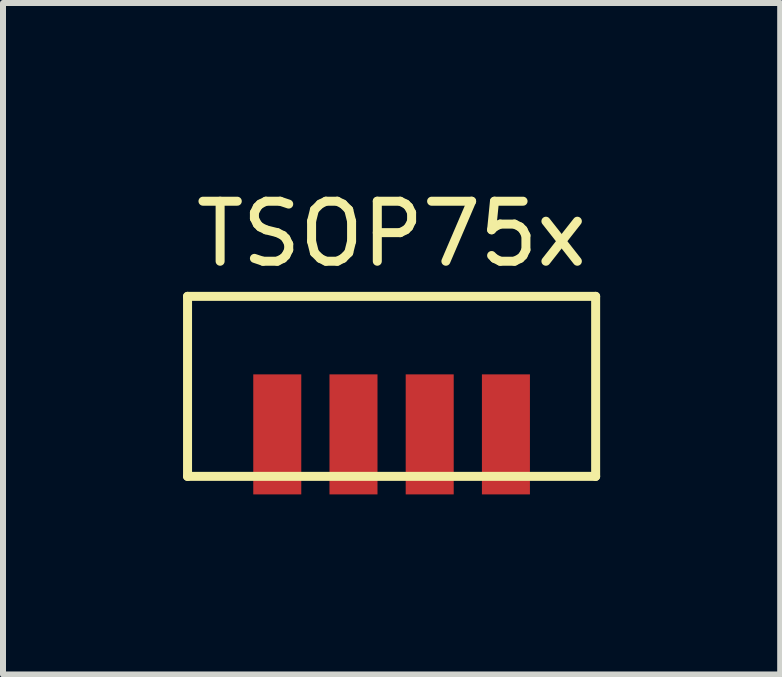
<source format=kicad_pcb>
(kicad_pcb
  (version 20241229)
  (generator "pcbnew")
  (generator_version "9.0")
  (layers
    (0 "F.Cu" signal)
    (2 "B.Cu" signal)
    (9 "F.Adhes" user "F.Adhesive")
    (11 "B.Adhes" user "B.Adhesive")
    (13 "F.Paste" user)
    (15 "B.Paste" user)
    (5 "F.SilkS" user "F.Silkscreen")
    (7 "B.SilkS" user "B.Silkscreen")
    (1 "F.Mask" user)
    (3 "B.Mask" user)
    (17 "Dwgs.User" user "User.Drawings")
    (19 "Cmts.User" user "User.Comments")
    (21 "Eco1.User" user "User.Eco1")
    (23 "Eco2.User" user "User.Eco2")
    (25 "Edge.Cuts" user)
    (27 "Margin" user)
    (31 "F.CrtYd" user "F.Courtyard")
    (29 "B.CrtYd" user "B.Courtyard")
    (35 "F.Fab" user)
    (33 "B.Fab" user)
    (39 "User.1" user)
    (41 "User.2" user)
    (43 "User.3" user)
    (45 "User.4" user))
  (footprint "TSOP75x"
    (layer "F.Cu")
    (at 3.475 3.388)
    (property "Reference" "TSOP75x" (at 0 -2.54 0) (layer "F.SilkS") (effects (font (size 1 1) (thickness 0.15))))
    (attr through_hole)
    (fp_line (start -3.4 -1.5) (end -3.4 1.5) (stroke (width 0.15) (type solid)) (layer "F.SilkS"))
    (fp_line (start -3.4 -1.5) (end 3.4 -1.5) (stroke (width 0.15) (type solid)) (layer "F.SilkS"))
    (fp_line (start -3.4 1.5) (end 3.4 1.5) (stroke (width 0.15) (type solid)) (layer "F.SilkS"))
    (fp_line (start 3.4 -1.5) (end 3.4 1.5) (stroke (width 0.15) (type solid)) (layer "F.SilkS"))
    (pad "1" smd rect (at -1.905 0.8) (size 0.8 2) (layers "F.Cu" "F.Mask" "F.Paste"))
    (pad "2" smd rect (at -0.635 0.8) (size 0.8 2) (layers "F.Cu" "F.Mask" "F.Paste"))
    (pad "3" smd rect (at 0.635 0.8) (size 0.8 2) (layers "F.Cu" "F.Mask" "F.Paste"))
    (pad "4" smd rect (at 1.905 0.8) (size 0.8 2) (layers "F.Cu" "F.Mask" "F.Paste")))
  (gr_rect
    (start -3 -3)
    (end 9.95 8.188)
    (stroke (width 0.1) (type default))
    (fill no)
    (layer "Edge.Cuts")))
</source>
